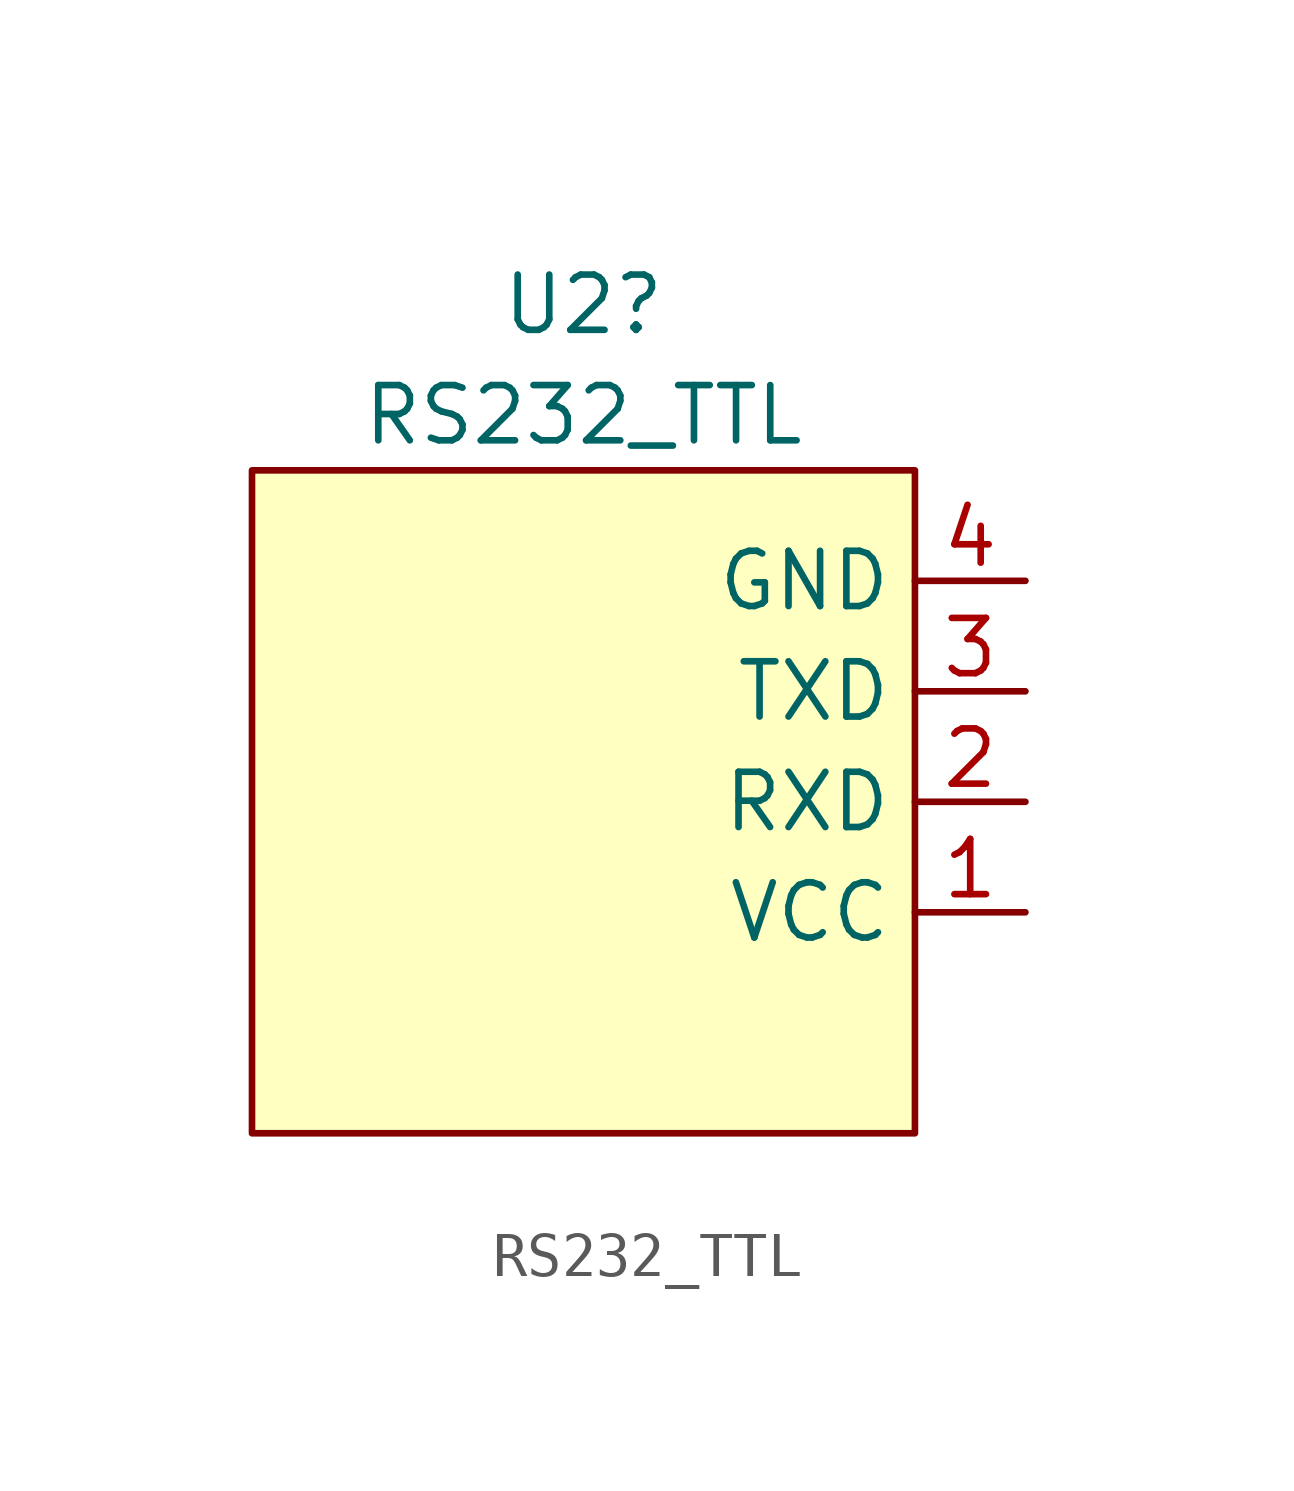
<source format=kicad_sym>
(kicad_symbol_lib
  (version 20220914)
  (generator kicad_symbol_editor)
  (symbol "RS232_TTL"
    (property "Reference" "U2"
      (at 5.08 6.35 0)
      (effects (font (size 1.27 1.27))))
    (property "Value" "RS232_TTL"
      (at 5.08 3.81 0)
      (effects (font (size 1.27 1.27))))
    (symbol "RS232_TTL_1_1"
      (rectangle (start -2.54 2.54) (end 12.7 -12.7) (stroke (width 0) (type default)) (fill (type background)))
      (pin power_in line (at 15.24 -7.62 180) (length 2.54) (name "VCC" (effects (font (size 1.27 1.27)))) (number "1" (effects (font (size 1.27 1.27)))))
      (pin bidirectional line (at 15.24 -5.08 180) (length 2.54) (name "RXD" (effects (font (size 1.27 1.27)))) (number "2" (effects (font (size 1.27 1.27)))))
      (pin bidirectional line (at 15.24 -2.54 180) (length 2.54) (name "TXD" (effects (font (size 1.27 1.27)))) (number "3" (effects (font (size 1.27 1.27)))))
      (pin power_in line (at 15.24 0 180) (length 2.54) (name "GND" (effects (font (size 1.27 1.27)))) (number "4" (effects (font (size 1.27 1.27))))))))
</source>
